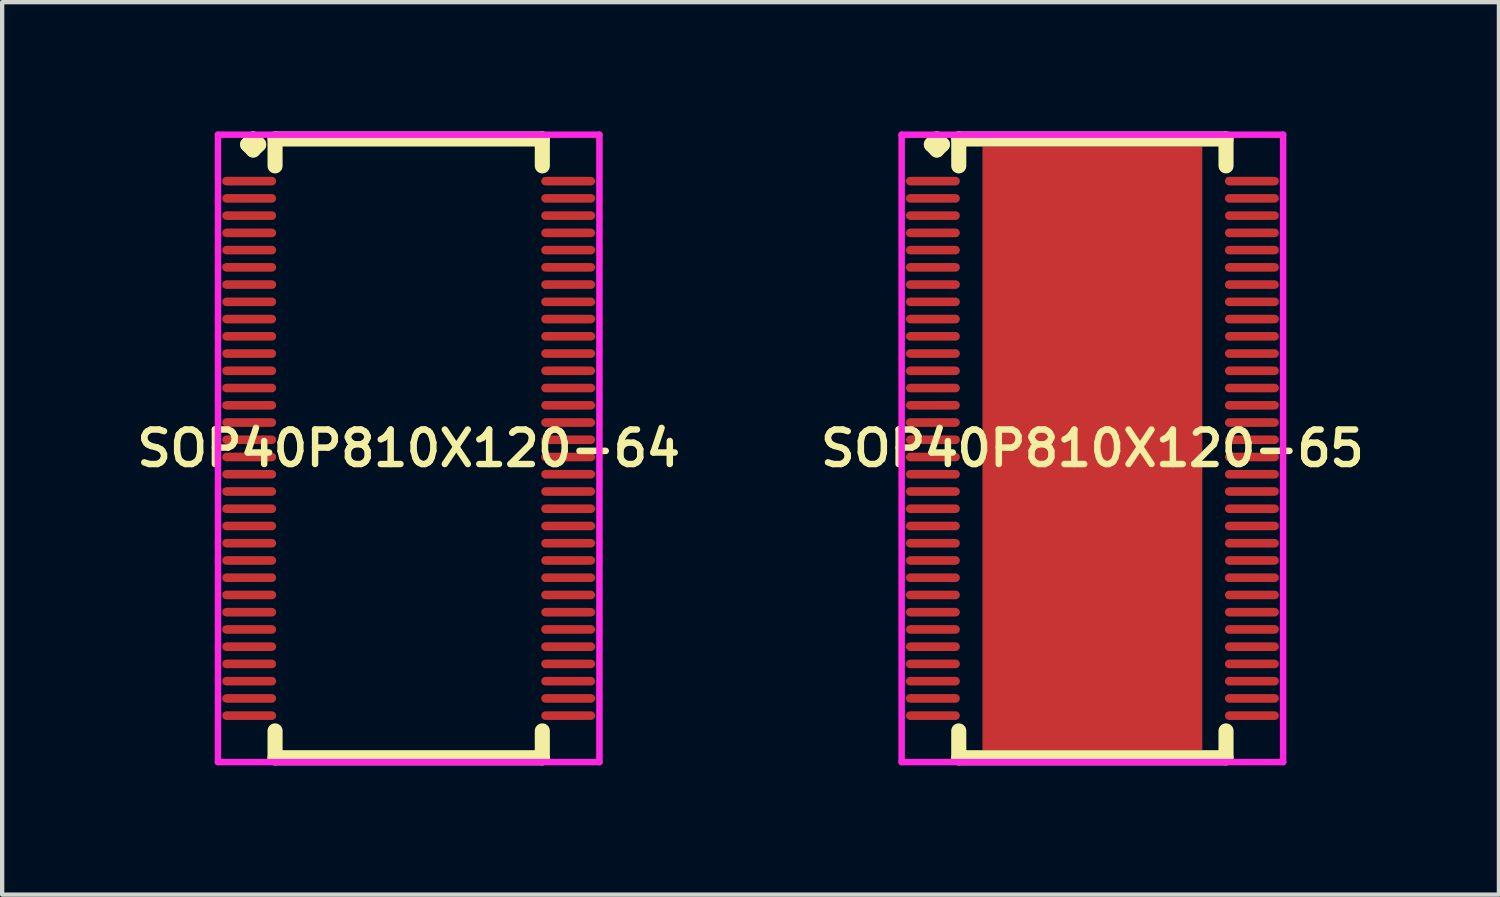
<source format=kicad_pcb>
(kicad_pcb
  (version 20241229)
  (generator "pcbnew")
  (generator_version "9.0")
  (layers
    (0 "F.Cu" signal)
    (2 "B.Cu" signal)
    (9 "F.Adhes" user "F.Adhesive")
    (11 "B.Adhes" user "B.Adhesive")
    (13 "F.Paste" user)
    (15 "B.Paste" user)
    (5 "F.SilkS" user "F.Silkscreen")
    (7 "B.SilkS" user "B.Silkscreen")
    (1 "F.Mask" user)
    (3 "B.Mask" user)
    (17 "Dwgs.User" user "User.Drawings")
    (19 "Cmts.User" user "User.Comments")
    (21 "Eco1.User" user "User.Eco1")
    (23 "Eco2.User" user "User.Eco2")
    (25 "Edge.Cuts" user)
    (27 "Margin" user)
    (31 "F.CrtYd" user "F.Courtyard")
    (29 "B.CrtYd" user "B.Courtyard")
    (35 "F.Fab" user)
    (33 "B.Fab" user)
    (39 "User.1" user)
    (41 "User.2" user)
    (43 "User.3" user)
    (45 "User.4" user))
  (footprint "SOP40P810X120-65"
    (layer "F.Cu")
    (at 22.292 7.352)
    (property "Reference" "SOP40P810X120-65" (at 0 0 0) (layer "F.SilkS") (effects (font (size 0.8 0.8) (thickness 0.15))))
    (attr smd)
    (fp_line (start -3.735 -7.05) (end -3.608 -7.177) (stroke (width 0.35) (type solid)) (layer "F.SilkS"))
    (fp_line (start -3.608 -7.177) (end -3.481 -7.05) (stroke (width 0.35) (type solid)) (layer "F.SilkS"))
    (fp_line (start -3.608 -6.923) (end -3.735 -7.05) (stroke (width 0.35) (type solid)) (layer "F.SilkS"))
    (fp_line (start -3.481 -7.05) (end -3.608 -6.923) (stroke (width 0.35) (type solid)) (layer "F.SilkS"))
    (fp_line (start -3.1 -7.177) (end 3.1 -7.177) (stroke (width 0.35) (type solid)) (layer "F.SilkS"))
    (fp_line (start -3.1 -6.554) (end -3.1 -7.177) (stroke (width 0.35) (type solid)) (layer "F.SilkS"))
    (fp_line (start -3.1 6.554) (end -3.1 7.177) (stroke (width 0.35) (type solid)) (layer "F.SilkS"))
    (fp_line (start -3.1 7.177) (end 3.1 7.177) (stroke (width 0.35) (type solid)) (layer "F.SilkS"))
    (fp_line (start 3.1 -7.177) (end 3.1 -6.554) (stroke (width 0.35) (type solid)) (layer "F.SilkS"))
    (fp_line (start 3.1 7.177) (end 3.1 6.554) (stroke (width 0.35) (type solid)) (layer "F.SilkS"))
    (fp_line (start -4.425 -7.277) (end 4.425 -7.277) (stroke (width 0.15) (type solid)) (layer "F.CrtYd"))
    (fp_line (start -4.425 7.277) (end -4.425 -7.277) (stroke (width 0.15) (type solid)) (layer "F.CrtYd"))
    (fp_line (start 4.425 -7.277) (end 4.425 7.277) (stroke (width 0.15) (type solid)) (layer "F.CrtYd"))
    (fp_line (start 4.425 7.277) (end -4.425 7.277) (stroke (width 0.15) (type solid)) (layer "F.CrtYd"))
    (pad "1" smd oval (at -3.7 -6.2) (size 1.25 0.2) (layers "F.Cu" "F.Mask" "F.Paste"))
    (pad "2" smd oval (at -3.7 -5.8) (size 1.25 0.2) (layers "F.Cu" "F.Mask" "F.Paste"))
    (pad "3" smd oval (at -3.7 -5.4) (size 1.25 0.2) (layers "F.Cu" "F.Mask" "F.Paste"))
    (pad "4" smd oval (at -3.7 -5) (size 1.25 0.2) (layers "F.Cu" "F.Mask" "F.Paste"))
    (pad "5" smd oval (at -3.7 -4.6) (size 1.25 0.2) (layers "F.Cu" "F.Mask" "F.Paste"))
    (pad "6" smd oval (at -3.7 -4.2) (size 1.25 0.2) (layers "F.Cu" "F.Mask" "F.Paste"))
    (pad "7" smd oval (at -3.7 -3.8) (size 1.25 0.2) (layers "F.Cu" "F.Mask" "F.Paste"))
    (pad "8" smd oval (at -3.7 -3.4) (size 1.25 0.2) (layers "F.Cu" "F.Mask" "F.Paste"))
    (pad "9" smd oval (at -3.7 -3) (size 1.25 0.2) (layers "F.Cu" "F.Mask" "F.Paste"))
    (pad "10" smd oval (at -3.7 -2.6) (size 1.25 0.2) (layers "F.Cu" "F.Mask" "F.Paste"))
    (pad "11" smd oval (at -3.7 -2.2) (size 1.25 0.2) (layers "F.Cu" "F.Mask" "F.Paste"))
    (pad "12" smd oval (at -3.7 -1.8) (size 1.25 0.2) (layers "F.Cu" "F.Mask" "F.Paste"))
    (pad "13" smd oval (at -3.7 -1.4) (size 1.25 0.2) (layers "F.Cu" "F.Mask" "F.Paste"))
    (pad "14" smd oval (at -3.7 -1) (size 1.25 0.2) (layers "F.Cu" "F.Mask" "F.Paste"))
    (pad "15" smd oval (at -3.7 -0.6) (size 1.25 0.2) (layers "F.Cu" "F.Mask" "F.Paste"))
    (pad "16" smd oval (at -3.7 -0.2) (size 1.25 0.2) (layers "F.Cu" "F.Mask" "F.Paste"))
    (pad "17" smd oval (at -3.7 0.2) (size 1.25 0.2) (layers "F.Cu" "F.Mask" "F.Paste"))
    (pad "18" smd oval (at -3.7 0.6) (size 1.25 0.2) (layers "F.Cu" "F.Mask" "F.Paste"))
    (pad "19" smd oval (at -3.7 1) (size 1.25 0.2) (layers "F.Cu" "F.Mask" "F.Paste"))
    (pad "20" smd oval (at -3.7 1.4) (size 1.25 0.2) (layers "F.Cu" "F.Mask" "F.Paste"))
    (pad "21" smd oval (at -3.7 1.8) (size 1.25 0.2) (layers "F.Cu" "F.Mask" "F.Paste"))
    (pad "22" smd oval (at -3.7 2.2) (size 1.25 0.2) (layers "F.Cu" "F.Mask" "F.Paste"))
    (pad "23" smd oval (at -3.7 2.6) (size 1.25 0.2) (layers "F.Cu" "F.Mask" "F.Paste"))
    (pad "24" smd oval (at -3.7 3) (size 1.25 0.2) (layers "F.Cu" "F.Mask" "F.Paste"))
    (pad "25" smd oval (at -3.7 3.4) (size 1.25 0.2) (layers "F.Cu" "F.Mask" "F.Paste"))
    (pad "26" smd oval (at -3.7 3.8) (size 1.25 0.2) (layers "F.Cu" "F.Mask" "F.Paste"))
    (pad "27" smd oval (at -3.7 4.2) (size 1.25 0.2) (layers "F.Cu" "F.Mask" "F.Paste"))
    (pad "28" smd oval (at -3.7 4.6) (size 1.25 0.2) (layers "F.Cu" "F.Mask" "F.Paste"))
    (pad "29" smd oval (at -3.7 5) (size 1.25 0.2) (layers "F.Cu" "F.Mask" "F.Paste"))
    (pad "30" smd oval (at -3.7 5.4) (size 1.25 0.2) (layers "F.Cu" "F.Mask" "F.Paste"))
    (pad "31" smd oval (at -3.7 5.8) (size 1.25 0.2) (layers "F.Cu" "F.Mask" "F.Paste"))
    (pad "32" smd oval (at -3.7 6.2) (size 1.25 0.2) (layers "F.Cu" "F.Mask" "F.Paste"))
    (pad "33" smd oval (at 3.7 6.2) (size 1.25 0.2) (layers "F.Cu" "F.Mask" "F.Paste"))
    (pad "34" smd oval (at 3.7 5.8) (size 1.25 0.2) (layers "F.Cu" "F.Mask" "F.Paste"))
    (pad "35" smd oval (at 3.7 5.4) (size 1.25 0.2) (layers "F.Cu" "F.Mask" "F.Paste"))
    (pad "36" smd oval (at 3.7 5) (size 1.25 0.2) (layers "F.Cu" "F.Mask" "F.Paste"))
    (pad "37" smd oval (at 3.7 4.6) (size 1.25 0.2) (layers "F.Cu" "F.Mask" "F.Paste"))
    (pad "38" smd oval (at 3.7 4.2) (size 1.25 0.2) (layers "F.Cu" "F.Mask" "F.Paste"))
    (pad "39" smd oval (at 3.7 3.8) (size 1.25 0.2) (layers "F.Cu" "F.Mask" "F.Paste"))
    (pad "40" smd oval (at 3.7 3.4) (size 1.25 0.2) (layers "F.Cu" "F.Mask" "F.Paste"))
    (pad "41" smd oval (at 3.7 3) (size 1.25 0.2) (layers "F.Cu" "F.Mask" "F.Paste"))
    (pad "42" smd oval (at 3.7 2.6) (size 1.25 0.2) (layers "F.Cu" "F.Mask" "F.Paste"))
    (pad "43" smd oval (at 3.7 2.2) (size 1.25 0.2) (layers "F.Cu" "F.Mask" "F.Paste"))
    (pad "44" smd oval (at 3.7 1.8) (size 1.25 0.2) (layers "F.Cu" "F.Mask" "F.Paste"))
    (pad "45" smd oval (at 3.7 1.4) (size 1.25 0.2) (layers "F.Cu" "F.Mask" "F.Paste"))
    (pad "46" smd oval (at 3.7 1) (size 1.25 0.2) (layers "F.Cu" "F.Mask" "F.Paste"))
    (pad "47" smd oval (at 3.7 0.6) (size 1.25 0.2) (layers "F.Cu" "F.Mask" "F.Paste"))
    (pad "48" smd oval (at 3.7 0.2) (size 1.25 0.2) (layers "F.Cu" "F.Mask" "F.Paste"))
    (pad "49" smd oval (at 3.7 -0.2) (size 1.25 0.2) (layers "F.Cu" "F.Mask" "F.Paste"))
    (pad "50" smd oval (at 3.7 -0.6) (size 1.25 0.2) (layers "F.Cu" "F.Mask" "F.Paste"))
    (pad "51" smd oval (at 3.7 -1) (size 1.25 0.2) (layers "F.Cu" "F.Mask" "F.Paste"))
    (pad "52" smd oval (at 3.7 -1.4) (size 1.25 0.2) (layers "F.Cu" "F.Mask" "F.Paste"))
    (pad "53" smd oval (at 3.7 -1.8) (size 1.25 0.2) (layers "F.Cu" "F.Mask" "F.Paste"))
    (pad "54" smd oval (at 3.7 -2.2) (size 1.25 0.2) (layers "F.Cu" "F.Mask" "F.Paste"))
    (pad "55" smd oval (at 3.7 -2.6) (size 1.25 0.2) (layers "F.Cu" "F.Mask" "F.Paste"))
    (pad "56" smd oval (at 3.7 -3) (size 1.25 0.2) (layers "F.Cu" "F.Mask" "F.Paste"))
    (pad "57" smd oval (at 3.7 -3.4) (size 1.25 0.2) (layers "F.Cu" "F.Mask" "F.Paste"))
    (pad "58" smd oval (at 3.7 -3.8) (size 1.25 0.2) (layers "F.Cu" "F.Mask" "F.Paste"))
    (pad "59" smd oval (at 3.7 -4.2) (size 1.25 0.2) (layers "F.Cu" "F.Mask" "F.Paste"))
    (pad "60" smd oval (at 3.7 -4.6) (size 1.25 0.2) (layers "F.Cu" "F.Mask" "F.Paste"))
    (pad "61" smd oval (at 3.7 -5) (size 1.25 0.2) (layers "F.Cu" "F.Mask" "F.Paste"))
    (pad "62" smd oval (at 3.7 -5.4) (size 1.25 0.2) (layers "F.Cu" "F.Mask" "F.Paste"))
    (pad "63" smd oval (at 3.7 -5.8) (size 1.25 0.2) (layers "F.Cu" "F.Mask" "F.Paste"))
    (pad "64" smd oval (at 3.7 -6.2) (size 1.25 0.2) (layers "F.Cu" "F.Mask" "F.Paste"))
    (pad "65" smd rect (at 0 0) (size 5.1 14) (layers "F.Cu" "F.Mask" "F.Paste")))
  (footprint "SOP40P810X120-64"
    (layer "F.Cu")
    (at 6.431 7.352)
    (property "Reference" "SOP40P810X120-64" (at 0 0 0) (layer "F.SilkS") (effects (font (size 0.8 0.8) (thickness 0.15))))
    (attr smd)
    (fp_line (start -3.735 -7.05) (end -3.608 -7.177) (stroke (width 0.35) (type solid)) (layer "F.SilkS"))
    (fp_line (start -3.608 -7.177) (end -3.481 -7.05) (stroke (width 0.35) (type solid)) (layer "F.SilkS"))
    (fp_line (start -3.608 -6.923) (end -3.735 -7.05) (stroke (width 0.35) (type solid)) (layer "F.SilkS"))
    (fp_line (start -3.481 -7.05) (end -3.608 -6.923) (stroke (width 0.35) (type solid)) (layer "F.SilkS"))
    (fp_line (start -3.1 -7.177) (end 3.1 -7.177) (stroke (width 0.35) (type solid)) (layer "F.SilkS"))
    (fp_line (start -3.1 -6.554) (end -3.1 -7.177) (stroke (width 0.35) (type solid)) (layer "F.SilkS"))
    (fp_line (start -3.1 6.554) (end -3.1 7.177) (stroke (width 0.35) (type solid)) (layer "F.SilkS"))
    (fp_line (start -3.1 7.177) (end 3.1 7.177) (stroke (width 0.35) (type solid)) (layer "F.SilkS"))
    (fp_line (start 3.1 -7.177) (end 3.1 -6.554) (stroke (width 0.35) (type solid)) (layer "F.SilkS"))
    (fp_line (start 3.1 7.177) (end 3.1 6.554) (stroke (width 0.35) (type solid)) (layer "F.SilkS"))
    (fp_line (start -4.425 -7.277) (end 4.425 -7.277) (stroke (width 0.15) (type solid)) (layer "F.CrtYd"))
    (fp_line (start -4.425 7.277) (end -4.425 -7.277) (stroke (width 0.15) (type solid)) (layer "F.CrtYd"))
    (fp_line (start 4.425 -7.277) (end 4.425 7.277) (stroke (width 0.15) (type solid)) (layer "F.CrtYd"))
    (fp_line (start 4.425 7.277) (end -4.425 7.277) (stroke (width 0.15) (type solid)) (layer "F.CrtYd"))
    (pad "1" smd oval (at -3.7 -6.2) (size 1.25 0.2) (layers "F.Cu" "F.Mask" "F.Paste"))
    (pad "2" smd oval (at -3.7 -5.8) (size 1.25 0.2) (layers "F.Cu" "F.Mask" "F.Paste"))
    (pad "3" smd oval (at -3.7 -5.4) (size 1.25 0.2) (layers "F.Cu" "F.Mask" "F.Paste"))
    (pad "4" smd oval (at -3.7 -5) (size 1.25 0.2) (layers "F.Cu" "F.Mask" "F.Paste"))
    (pad "5" smd oval (at -3.7 -4.6) (size 1.25 0.2) (layers "F.Cu" "F.Mask" "F.Paste"))
    (pad "6" smd oval (at -3.7 -4.2) (size 1.25 0.2) (layers "F.Cu" "F.Mask" "F.Paste"))
    (pad "7" smd oval (at -3.7 -3.8) (size 1.25 0.2) (layers "F.Cu" "F.Mask" "F.Paste"))
    (pad "8" smd oval (at -3.7 -3.4) (size 1.25 0.2) (layers "F.Cu" "F.Mask" "F.Paste"))
    (pad "9" smd oval (at -3.7 -3) (size 1.25 0.2) (layers "F.Cu" "F.Mask" "F.Paste"))
    (pad "10" smd oval (at -3.7 -2.6) (size 1.25 0.2) (layers "F.Cu" "F.Mask" "F.Paste"))
    (pad "11" smd oval (at -3.7 -2.2) (size 1.25 0.2) (layers "F.Cu" "F.Mask" "F.Paste"))
    (pad "12" smd oval (at -3.7 -1.8) (size 1.25 0.2) (layers "F.Cu" "F.Mask" "F.Paste"))
    (pad "13" smd oval (at -3.7 -1.4) (size 1.25 0.2) (layers "F.Cu" "F.Mask" "F.Paste"))
    (pad "14" smd oval (at -3.7 -1) (size 1.25 0.2) (layers "F.Cu" "F.Mask" "F.Paste"))
    (pad "15" smd oval (at -3.7 -0.6) (size 1.25 0.2) (layers "F.Cu" "F.Mask" "F.Paste"))
    (pad "16" smd oval (at -3.7 -0.2) (size 1.25 0.2) (layers "F.Cu" "F.Mask" "F.Paste"))
    (pad "17" smd oval (at -3.7 0.2) (size 1.25 0.2) (layers "F.Cu" "F.Mask" "F.Paste"))
    (pad "18" smd oval (at -3.7 0.6) (size 1.25 0.2) (layers "F.Cu" "F.Mask" "F.Paste"))
    (pad "19" smd oval (at -3.7 1) (size 1.25 0.2) (layers "F.Cu" "F.Mask" "F.Paste"))
    (pad "20" smd oval (at -3.7 1.4) (size 1.25 0.2) (layers "F.Cu" "F.Mask" "F.Paste"))
    (pad "21" smd oval (at -3.7 1.8) (size 1.25 0.2) (layers "F.Cu" "F.Mask" "F.Paste"))
    (pad "22" smd oval (at -3.7 2.2) (size 1.25 0.2) (layers "F.Cu" "F.Mask" "F.Paste"))
    (pad "23" smd oval (at -3.7 2.6) (size 1.25 0.2) (layers "F.Cu" "F.Mask" "F.Paste"))
    (pad "24" smd oval (at -3.7 3) (size 1.25 0.2) (layers "F.Cu" "F.Mask" "F.Paste"))
    (pad "25" smd oval (at -3.7 3.4) (size 1.25 0.2) (layers "F.Cu" "F.Mask" "F.Paste"))
    (pad "26" smd oval (at -3.7 3.8) (size 1.25 0.2) (layers "F.Cu" "F.Mask" "F.Paste"))
    (pad "27" smd oval (at -3.7 4.2) (size 1.25 0.2) (layers "F.Cu" "F.Mask" "F.Paste"))
    (pad "28" smd oval (at -3.7 4.6) (size 1.25 0.2) (layers "F.Cu" "F.Mask" "F.Paste"))
    (pad "29" smd oval (at -3.7 5) (size 1.25 0.2) (layers "F.Cu" "F.Mask" "F.Paste"))
    (pad "30" smd oval (at -3.7 5.4) (size 1.25 0.2) (layers "F.Cu" "F.Mask" "F.Paste"))
    (pad "31" smd oval (at -3.7 5.8) (size 1.25 0.2) (layers "F.Cu" "F.Mask" "F.Paste"))
    (pad "32" smd oval (at -3.7 6.2) (size 1.25 0.2) (layers "F.Cu" "F.Mask" "F.Paste"))
    (pad "33" smd oval (at 3.7 6.2) (size 1.25 0.2) (layers "F.Cu" "F.Mask" "F.Paste"))
    (pad "34" smd oval (at 3.7 5.8) (size 1.25 0.2) (layers "F.Cu" "F.Mask" "F.Paste"))
    (pad "35" smd oval (at 3.7 5.4) (size 1.25 0.2) (layers "F.Cu" "F.Mask" "F.Paste"))
    (pad "36" smd oval (at 3.7 5) (size 1.25 0.2) (layers "F.Cu" "F.Mask" "F.Paste"))
    (pad "37" smd oval (at 3.7 4.6) (size 1.25 0.2) (layers "F.Cu" "F.Mask" "F.Paste"))
    (pad "38" smd oval (at 3.7 4.2) (size 1.25 0.2) (layers "F.Cu" "F.Mask" "F.Paste"))
    (pad "39" smd oval (at 3.7 3.8) (size 1.25 0.2) (layers "F.Cu" "F.Mask" "F.Paste"))
    (pad "40" smd oval (at 3.7 3.4) (size 1.25 0.2) (layers "F.Cu" "F.Mask" "F.Paste"))
    (pad "41" smd oval (at 3.7 3) (size 1.25 0.2) (layers "F.Cu" "F.Mask" "F.Paste"))
    (pad "42" smd oval (at 3.7 2.6) (size 1.25 0.2) (layers "F.Cu" "F.Mask" "F.Paste"))
    (pad "43" smd oval (at 3.7 2.2) (size 1.25 0.2) (layers "F.Cu" "F.Mask" "F.Paste"))
    (pad "44" smd oval (at 3.7 1.8) (size 1.25 0.2) (layers "F.Cu" "F.Mask" "F.Paste"))
    (pad "45" smd oval (at 3.7 1.4) (size 1.25 0.2) (layers "F.Cu" "F.Mask" "F.Paste"))
    (pad "46" smd oval (at 3.7 1) (size 1.25 0.2) (layers "F.Cu" "F.Mask" "F.Paste"))
    (pad "47" smd oval (at 3.7 0.6) (size 1.25 0.2) (layers "F.Cu" "F.Mask" "F.Paste"))
    (pad "48" smd oval (at 3.7 0.2) (size 1.25 0.2) (layers "F.Cu" "F.Mask" "F.Paste"))
    (pad "49" smd oval (at 3.7 -0.2) (size 1.25 0.2) (layers "F.Cu" "F.Mask" "F.Paste"))
    (pad "50" smd oval (at 3.7 -0.6) (size 1.25 0.2) (layers "F.Cu" "F.Mask" "F.Paste"))
    (pad "51" smd oval (at 3.7 -1) (size 1.25 0.2) (layers "F.Cu" "F.Mask" "F.Paste"))
    (pad "52" smd oval (at 3.7 -1.4) (size 1.25 0.2) (layers "F.Cu" "F.Mask" "F.Paste"))
    (pad "53" smd oval (at 3.7 -1.8) (size 1.25 0.2) (layers "F.Cu" "F.Mask" "F.Paste"))
    (pad "54" smd oval (at 3.7 -2.2) (size 1.25 0.2) (layers "F.Cu" "F.Mask" "F.Paste"))
    (pad "55" smd oval (at 3.7 -2.6) (size 1.25 0.2) (layers "F.Cu" "F.Mask" "F.Paste"))
    (pad "56" smd oval (at 3.7 -3) (size 1.25 0.2) (layers "F.Cu" "F.Mask" "F.Paste"))
    (pad "57" smd oval (at 3.7 -3.4) (size 1.25 0.2) (layers "F.Cu" "F.Mask" "F.Paste"))
    (pad "58" smd oval (at 3.7 -3.8) (size 1.25 0.2) (layers "F.Cu" "F.Mask" "F.Paste"))
    (pad "59" smd oval (at 3.7 -4.2) (size 1.25 0.2) (layers "F.Cu" "F.Mask" "F.Paste"))
    (pad "60" smd oval (at 3.7 -4.6) (size 1.25 0.2) (layers "F.Cu" "F.Mask" "F.Paste"))
    (pad "61" smd oval (at 3.7 -5) (size 1.25 0.2) (layers "F.Cu" "F.Mask" "F.Paste"))
    (pad "62" smd oval (at 3.7 -5.4) (size 1.25 0.2) (layers "F.Cu" "F.Mask" "F.Paste"))
    (pad "63" smd oval (at 3.7 -5.8) (size 1.25 0.2) (layers "F.Cu" "F.Mask" "F.Paste"))
    (pad "64" smd oval (at 3.7 -6.2) (size 1.25 0.2) (layers "F.Cu" "F.Mask" "F.Paste")))
  (gr_rect
    (start -3 -3)
    (end 31.723 17.704)
    (stroke (width 0.1) (type default))
    (fill no)
    (layer "Edge.Cuts")))
</source>
